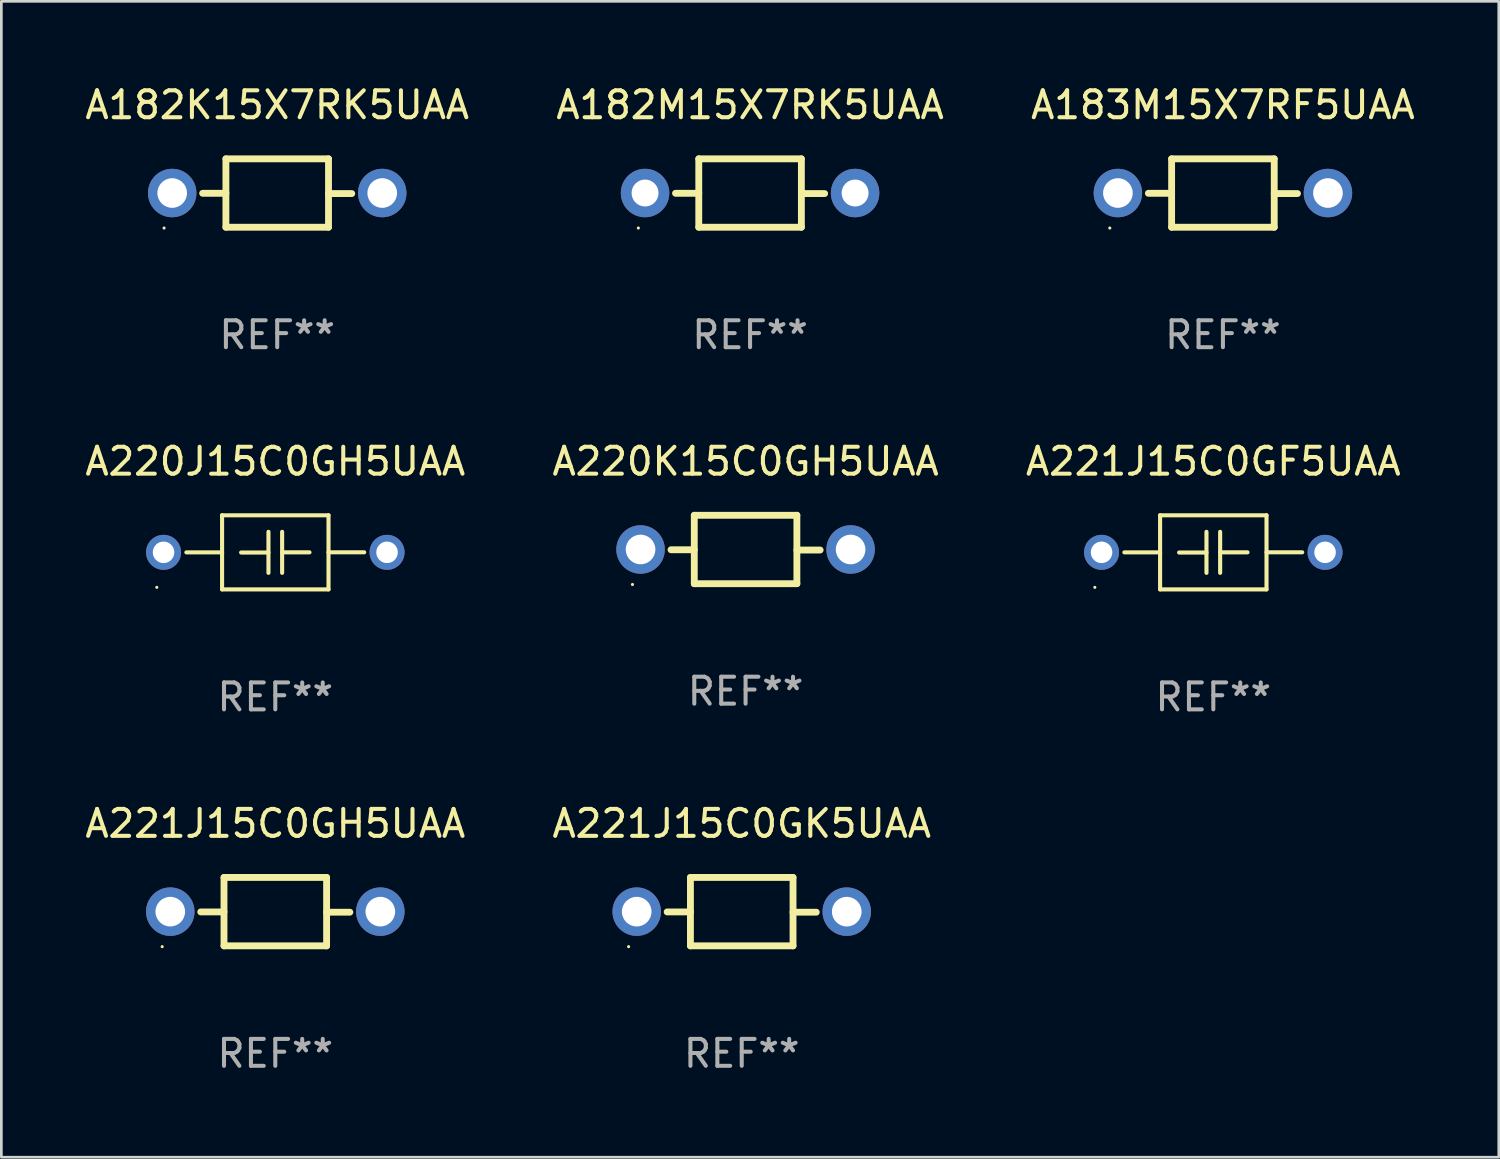
<source format=kicad_pcb>
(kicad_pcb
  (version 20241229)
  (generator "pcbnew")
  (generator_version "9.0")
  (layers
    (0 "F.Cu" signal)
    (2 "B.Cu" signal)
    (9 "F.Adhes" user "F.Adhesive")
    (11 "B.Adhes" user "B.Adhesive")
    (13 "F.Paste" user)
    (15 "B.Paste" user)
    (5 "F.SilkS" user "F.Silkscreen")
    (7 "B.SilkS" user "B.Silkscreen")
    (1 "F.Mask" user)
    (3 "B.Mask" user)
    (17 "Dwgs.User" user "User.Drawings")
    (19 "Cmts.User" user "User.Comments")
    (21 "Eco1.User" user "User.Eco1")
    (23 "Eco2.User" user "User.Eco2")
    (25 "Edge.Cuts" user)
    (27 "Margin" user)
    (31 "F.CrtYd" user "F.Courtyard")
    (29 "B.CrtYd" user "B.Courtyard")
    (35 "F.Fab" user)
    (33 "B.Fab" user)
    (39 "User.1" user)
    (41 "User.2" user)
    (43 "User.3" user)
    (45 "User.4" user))
  (footprint "A221J15C0GH5UAA"
    (layer "F.Cu")
    (at 7.173 30.804)
    (property "Reference" "A221J15C0GH5UAA" (at 0 -3.27 0) (layer "F.SilkS") (effects (font (size 1 1) (thickness 0.15))))
    (attr through_hole)
    (fp_line (start -1.905 -1.27) (end -1.905 1.27) (stroke (width 0.254) (type solid)) (layer "F.SilkS"))
    (fp_line (start -1.905 0.01) (end -2.769 0.01) (stroke (width 0.254) (type solid)) (layer "F.SilkS"))
    (fp_line (start -1.905 1.27) (end 1.905 1.27) (stroke (width 0.254) (type solid)) (layer "F.SilkS"))
    (fp_line (start 1.905 -1.27) (end -1.905 -1.27) (stroke (width 0.254) (type solid)) (layer "F.SilkS"))
    (fp_line (start 1.905 0.02) (end 2.769 0.02) (stroke (width 0.254) (type solid)) (layer "F.SilkS"))
    (fp_line (start 1.905 1.27) (end 1.905 -1.27) (stroke (width 0.254) (type solid)) (layer "F.SilkS"))
    (fp_circle (center -4.201 1.3) (end -4.171 1.3) (stroke (width 0.06) (type solid)) (fill no) (layer "F.SilkS"))
    (fp_text user "REF**" (at 0 5.27 0) (layer "F.Fab") (effects (font (size 1 1) (thickness 0.15))))
    (pad "1" thru_hole circle (at -3.9 0) (size 1.8 1.8) (drill 1.1) (layers "*.Cu" "*.Mask"))
    (pad "2" thru_hole circle (at 3.9 0) (size 1.8 1.8) (drill 1.1) (layers "*.Cu" "*.Mask")))
  (footprint "A183M15X7RF5UAA"
    (layer "F.Cu")
    (at 42.363 4.118)
    (property "Reference" "A183M15X7RF5UAA" (at 0 -3.27 0) (layer "F.SilkS") (effects (font (size 1 1) (thickness 0.15))))
    (attr through_hole)
    (fp_line (start -1.905 -1.27) (end -1.905 1.27) (stroke (width 0.254) (type solid)) (layer "F.SilkS"))
    (fp_line (start -1.905 0.01) (end -2.769 0.01) (stroke (width 0.254) (type solid)) (layer "F.SilkS"))
    (fp_line (start -1.905 1.27) (end 1.905 1.27) (stroke (width 0.254) (type solid)) (layer "F.SilkS"))
    (fp_line (start 1.905 -1.27) (end -1.905 -1.27) (stroke (width 0.254) (type solid)) (layer "F.SilkS"))
    (fp_line (start 1.905 0.02) (end 2.769 0.02) (stroke (width 0.254) (type solid)) (layer "F.SilkS"))
    (fp_line (start 1.905 1.27) (end 1.905 -1.27) (stroke (width 0.254) (type solid)) (layer "F.SilkS"))
    (fp_circle (center -4.201 1.3) (end -4.171 1.3) (stroke (width 0.06) (type solid)) (fill no) (layer "F.SilkS"))
    (fp_text user "REF**" (at 0 5.27 0) (layer "F.Fab") (effects (font (size 1 1) (thickness 0.15))))
    (pad "1" thru_hole circle (at -3.9 0) (size 1.8 1.8) (drill 1.1) (layers "*.Cu" "*.Mask"))
    (pad "2" thru_hole circle (at 3.9 0) (size 1.8 1.8) (drill 1.1) (layers "*.Cu" "*.Mask")))
  (footprint "A221J15C0GK5UAA"
    (layer "F.Cu")
    (at 24.494 30.804)
    (property "Reference" "A221J15C0GK5UAA" (at 0 -3.27 0) (layer "F.SilkS") (effects (font (size 1 1) (thickness 0.15))))
    (attr through_hole)
    (fp_line (start -1.905 -1.27) (end -1.905 1.27) (stroke (width 0.254) (type solid)) (layer "F.SilkS"))
    (fp_line (start -1.905 0.01) (end -2.769 0.01) (stroke (width 0.254) (type solid)) (layer "F.SilkS"))
    (fp_line (start -1.905 1.27) (end 1.905 1.27) (stroke (width 0.254) (type solid)) (layer "F.SilkS"))
    (fp_line (start 1.905 -1.27) (end -1.905 -1.27) (stroke (width 0.254) (type solid)) (layer "F.SilkS"))
    (fp_line (start 1.905 0.02) (end 2.769 0.02) (stroke (width 0.254) (type solid)) (layer "F.SilkS"))
    (fp_line (start 1.905 1.27) (end 1.905 -1.27) (stroke (width 0.254) (type solid)) (layer "F.SilkS"))
    (fp_circle (center -4.201 1.3) (end -4.171 1.3) (stroke (width 0.06) (type solid)) (fill no) (layer "F.SilkS"))
    (fp_text user "REF**" (at 0 5.27 0) (layer "F.Fab") (effects (font (size 1 1) (thickness 0.15))))
    (pad "1" thru_hole circle (at -3.9 0) (size 1.8 1.8) (drill 1.1) (layers "*.Cu" "*.Mask"))
    (pad "2" thru_hole circle (at 3.9 0) (size 1.8 1.8) (drill 1.1) (layers "*.Cu" "*.Mask")))
  (footprint "A220K15C0GH5UAA"
    (layer "F.Cu")
    (at 24.637 17.355)
    (property "Reference" "A220K15C0GH5UAA" (at 0 -3.27 0) (layer "F.SilkS") (effects (font (size 1 1) (thickness 0.15))))
    (attr through_hole)
    (fp_line (start -1.905 -1.27) (end -1.905 1.27) (stroke (width 0.254) (type solid)) (layer "F.SilkS"))
    (fp_line (start -1.905 0.01) (end -2.769 0.01) (stroke (width 0.254) (type solid)) (layer "F.SilkS"))
    (fp_line (start -1.905 1.27) (end 1.905 1.27) (stroke (width 0.254) (type solid)) (layer "F.SilkS"))
    (fp_line (start 1.905 -1.27) (end -1.905 -1.27) (stroke (width 0.254) (type solid)) (layer "F.SilkS"))
    (fp_line (start 1.905 0.02) (end 2.769 0.02) (stroke (width 0.254) (type solid)) (layer "F.SilkS"))
    (fp_line (start 1.905 1.27) (end 1.905 -1.27) (stroke (width 0.254) (type solid)) (layer "F.SilkS"))
    (fp_circle (center -4.201 1.3) (end -4.171 1.3) (stroke (width 0.06) (type solid)) (fill no) (layer "F.SilkS"))
    (fp_text user "REF**" (at 0 5.27 0) (layer "F.Fab") (effects (font (size 1 1) (thickness 0.15))))
    (pad "1" thru_hole circle (at -3.9 0) (size 1.8 1.8) (drill 1.1) (layers "*.Cu" "*.Mask"))
    (pad "2" thru_hole circle (at 3.9 0) (size 1.8 1.8) (drill 1.1) (layers "*.Cu" "*.Mask")))
  (footprint "A220J15C0GH5UAA"
    (layer "F.Cu")
    (at 7.173 17.461)
    (property "Reference" "A220J15C0GH5UAA" (at 0 -3.376 0) (layer "F.SilkS") (effects (font (size 1 1) (thickness 0.15))))
    (attr through_hole)
    (fp_line (start -1.976 -1.376) (end 1.976 -1.376) (stroke (width 0.152) (type solid)) (layer "F.SilkS"))
    (fp_line (start -1.976 0.001) (end -3.302 0.001) (stroke (width 0.152) (type solid)) (layer "F.SilkS"))
    (fp_line (start -1.976 1.376) (end -1.976 -1.376) (stroke (width 0.152) (type solid)) (layer "F.SilkS"))
    (fp_line (start -0.254 -0.762) (end -0.254 0.762) (stroke (width 0.152) (type solid)) (layer "F.SilkS"))
    (fp_line (start -0.254 0.007) (end -1.27 0.007) (stroke (width 0.152) (type solid)) (layer "F.SilkS"))
    (fp_line (start 0.254 -0.762) (end 0.254 0.762) (stroke (width 0.152) (type solid)) (layer "F.SilkS"))
    (fp_line (start 0.254 0) (end 1.27 0) (stroke (width 0.152) (type solid)) (layer "F.SilkS"))
    (fp_line (start 1.976 -1.376) (end 1.976 1.376) (stroke (width 0.152) (type solid)) (layer "F.SilkS"))
    (fp_line (start 1.976 -0.001) (end 3.302 -0.001) (stroke (width 0.152) (type solid)) (layer "F.SilkS"))
    (fp_line (start 1.976 1.376) (end -1.976 1.376) (stroke (width 0.152) (type solid)) (layer "F.SilkS"))
    (fp_circle (center -4.4 1.3) (end -4.37 1.3) (stroke (width 0.06) (type solid)) (fill no) (layer "F.SilkS"))
    (fp_text user "REF**" (at 0 5.376 0) (layer "F.Fab") (effects (font (size 1 1) (thickness 0.15))))
    (pad "1" thru_hole circle (at -4.15 0) (size 1.3 1.3) (drill 0.8) (layers "*.Cu" "*.Mask"))
    (pad "2" thru_hole circle (at 4.15 0) (size 1.3 1.3) (drill 0.8) (layers "*.Cu" "*.Mask")))
  (footprint "A182M15X7RK5UAA"
    (layer "F.Cu")
    (at 24.804 4.118)
    (property "Reference" "A182M15X7RK5UAA" (at 0 -3.27 0) (layer "F.SilkS") (effects (font (size 1 1) (thickness 0.15))))
    (attr through_hole)
    (fp_line (start -1.905 -1.27) (end -1.905 1.27) (stroke (width 0.254) (type solid)) (layer "F.SilkS"))
    (fp_line (start -1.905 0.01) (end -2.769 0.01) (stroke (width 0.254) (type solid)) (layer "F.SilkS"))
    (fp_line (start -1.905 1.27) (end 1.905 1.27) (stroke (width 0.254) (type solid)) (layer "F.SilkS"))
    (fp_line (start 1.905 -1.27) (end -1.905 -1.27) (stroke (width 0.254) (type solid)) (layer "F.SilkS"))
    (fp_line (start 1.905 0.02) (end 2.769 0.02) (stroke (width 0.254) (type solid)) (layer "F.SilkS"))
    (fp_line (start 1.905 1.27) (end 1.905 -1.27) (stroke (width 0.254) (type solid)) (layer "F.SilkS"))
    (fp_circle (center -4.15 1.3) (end -4.12 1.3) (stroke (width 0.06) (type solid)) (fill no) (layer "F.SilkS"))
    (fp_text user "REF**" (at 0 5.27 0) (layer "F.Fab") (effects (font (size 1 1) (thickness 0.15))))
    (pad "1" thru_hole circle (at -3.9 0) (size 1.8 1.8) (drill 1) (layers "*.Cu" "*.Mask"))
    (pad "2" thru_hole circle (at 3.9 0) (size 1.8 1.8) (drill 1) (layers "*.Cu" "*.Mask")))
  (footprint "A182K15X7RK5UAA"
    (layer "F.Cu")
    (at 7.244 4.118)
    (property "Reference" "A182K15X7RK5UAA" (at 0 -3.27 0) (layer "F.SilkS") (effects (font (size 1 1) (thickness 0.15))))
    (attr through_hole)
    (fp_line (start -1.905 -1.27) (end -1.905 1.27) (stroke (width 0.254) (type solid)) (layer "F.SilkS"))
    (fp_line (start -1.905 0.01) (end -2.769 0.01) (stroke (width 0.254) (type solid)) (layer "F.SilkS"))
    (fp_line (start -1.905 1.27) (end 1.905 1.27) (stroke (width 0.254) (type solid)) (layer "F.SilkS"))
    (fp_line (start 1.905 -1.27) (end -1.905 -1.27) (stroke (width 0.254) (type solid)) (layer "F.SilkS"))
    (fp_line (start 1.905 0.02) (end 2.769 0.02) (stroke (width 0.254) (type solid)) (layer "F.SilkS"))
    (fp_line (start 1.905 1.27) (end 1.905 -1.27) (stroke (width 0.254) (type solid)) (layer "F.SilkS"))
    (fp_circle (center -4.201 1.3) (end -4.171 1.3) (stroke (width 0.06) (type solid)) (fill no) (layer "F.SilkS"))
    (fp_text user "REF**" (at 0 5.27 0) (layer "F.Fab") (effects (font (size 1 1) (thickness 0.15))))
    (pad "1" thru_hole circle (at -3.9 0) (size 1.8 1.8) (drill 1.1) (layers "*.Cu" "*.Mask"))
    (pad "2" thru_hole circle (at 3.9 0) (size 1.8 1.8) (drill 1.1) (layers "*.Cu" "*.Mask")))
  (footprint "A221J15C0GF5UAA"
    (layer "F.Cu")
    (at 42.006 17.461)
    (property "Reference" "A221J15C0GF5UAA" (at 0 -3.376 0) (layer "F.SilkS") (effects (font (size 1 1) (thickness 0.15))))
    (attr through_hole)
    (fp_line (start -1.976 -1.376) (end 1.976 -1.376) (stroke (width 0.152) (type solid)) (layer "F.SilkS"))
    (fp_line (start -1.976 0.001) (end -3.302 0.001) (stroke (width 0.152) (type solid)) (layer "F.SilkS"))
    (fp_line (start -1.976 1.376) (end -1.976 -1.376) (stroke (width 0.152) (type solid)) (layer "F.SilkS"))
    (fp_line (start -0.254 -0.762) (end -0.254 0.762) (stroke (width 0.152) (type solid)) (layer "F.SilkS"))
    (fp_line (start -0.254 0.007) (end -1.27 0.007) (stroke (width 0.152) (type solid)) (layer "F.SilkS"))
    (fp_line (start 0.254 -0.762) (end 0.254 0.762) (stroke (width 0.152) (type solid)) (layer "F.SilkS"))
    (fp_line (start 0.254 0) (end 1.27 0) (stroke (width 0.152) (type solid)) (layer "F.SilkS"))
    (fp_line (start 1.976 -1.376) (end 1.976 1.376) (stroke (width 0.152) (type solid)) (layer "F.SilkS"))
    (fp_line (start 1.976 -0.001) (end 3.302 -0.001) (stroke (width 0.152) (type solid)) (layer "F.SilkS"))
    (fp_line (start 1.976 1.376) (end -1.976 1.376) (stroke (width 0.152) (type solid)) (layer "F.SilkS"))
    (fp_circle (center -4.4 1.3) (end -4.37 1.3) (stroke (width 0.06) (type solid)) (fill no) (layer "F.SilkS"))
    (fp_text user "REF**" (at 0 5.376 0) (layer "F.Fab") (effects (font (size 1 1) (thickness 0.15))))
    (pad "1" thru_hole circle (at -4.15 0) (size 1.3 1.3) (drill 0.8) (layers "*.Cu" "*.Mask"))
    (pad "2" thru_hole circle (at 4.15 0) (size 1.3 1.3) (drill 0.8) (layers "*.Cu" "*.Mask")))
  (gr_rect
    (start -3 -3)
    (end 52.607 39.922)
    (stroke (width 0.1) (type default))
    (fill no)
    (layer "Edge.Cuts")))
</source>
